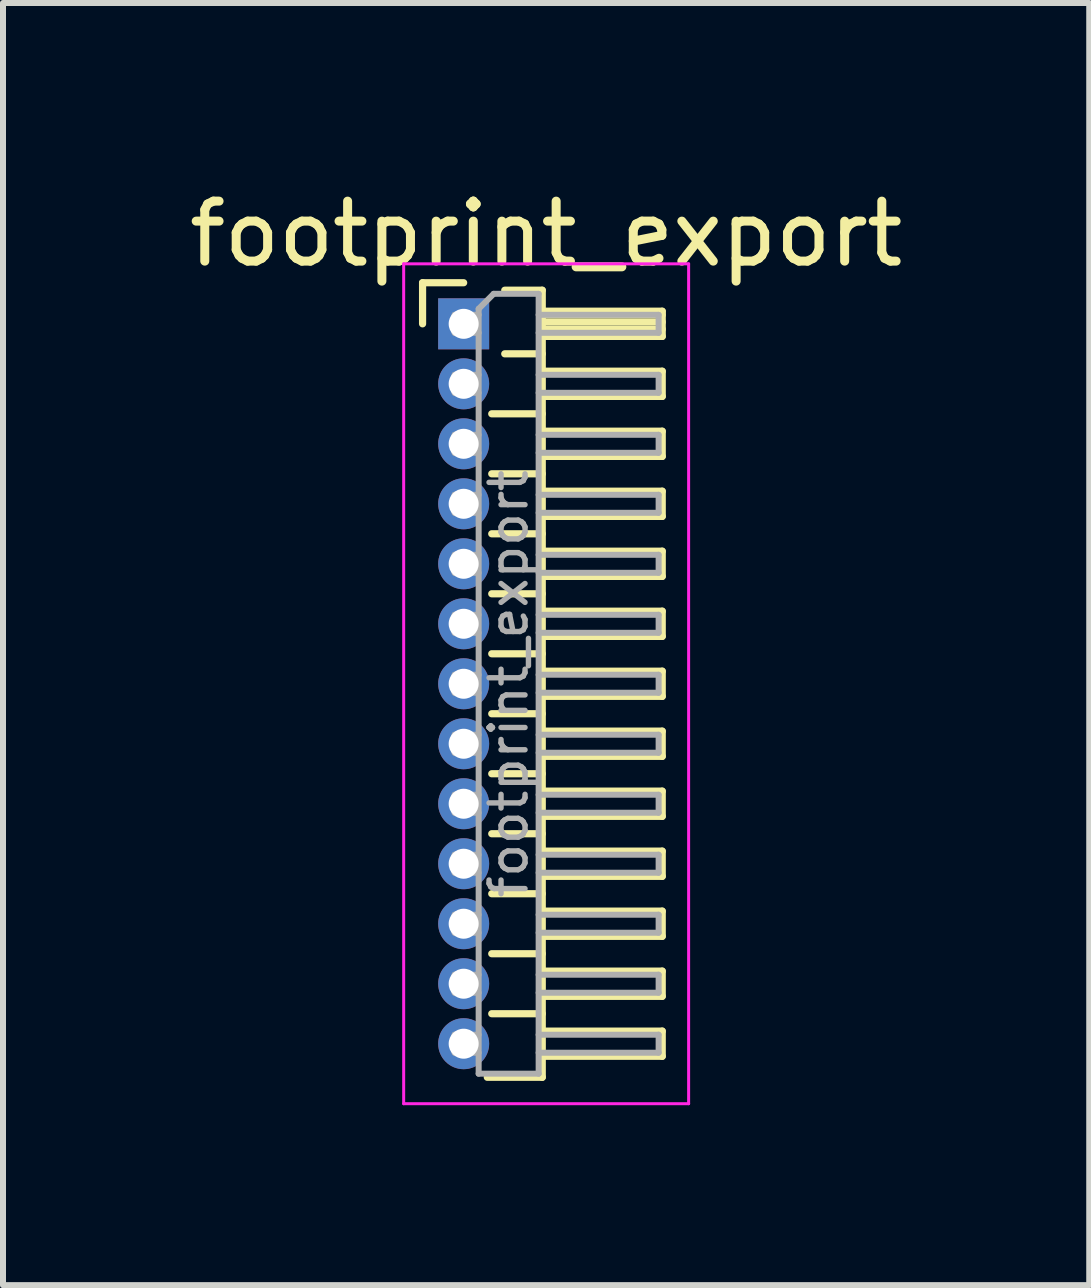
<source format=kicad_pcb>
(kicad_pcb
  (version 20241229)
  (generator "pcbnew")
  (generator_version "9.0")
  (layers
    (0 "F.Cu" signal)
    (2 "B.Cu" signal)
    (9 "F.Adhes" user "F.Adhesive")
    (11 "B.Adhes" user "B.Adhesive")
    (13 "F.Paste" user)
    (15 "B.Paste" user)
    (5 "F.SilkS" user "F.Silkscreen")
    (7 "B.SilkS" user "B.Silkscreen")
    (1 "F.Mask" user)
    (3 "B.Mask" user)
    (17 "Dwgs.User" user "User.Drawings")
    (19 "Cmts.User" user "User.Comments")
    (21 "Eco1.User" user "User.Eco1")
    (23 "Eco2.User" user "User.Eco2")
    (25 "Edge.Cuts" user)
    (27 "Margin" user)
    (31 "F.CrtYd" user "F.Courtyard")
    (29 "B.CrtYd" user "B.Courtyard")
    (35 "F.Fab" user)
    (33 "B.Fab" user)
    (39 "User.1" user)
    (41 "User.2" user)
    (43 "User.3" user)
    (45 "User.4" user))
  (footprint "footprint_export"
    (layer "F.Cu")
    (at 4.679 2.348)
    (property "Reference" "footprint_export" (at 1.375 -1.5 0) (layer "F.SilkS") (effects (font (size 1 1) (thickness 0.15))))
    (attr through_hole)
    (fp_line (start -0.685 -0.685) (end 0 -0.685) (stroke (width 0.12) (type solid)) (layer "F.SilkS"))
    (fp_line (start -0.685 0) (end -0.685 -0.685) (stroke (width 0.12) (type solid)) (layer "F.SilkS"))
    (fp_line (start 0.468 1.5) (end 1.31 1.5) (stroke (width 0.12) (type solid)) (layer "F.SilkS"))
    (fp_line (start 0.468 2.5) (end 1.31 2.5) (stroke (width 0.12) (type solid)) (layer "F.SilkS"))
    (fp_line (start 0.468 3.5) (end 1.31 3.5) (stroke (width 0.12) (type solid)) (layer "F.SilkS"))
    (fp_line (start 0.468 4.5) (end 1.31 4.5) (stroke (width 0.12) (type solid)) (layer "F.SilkS"))
    (fp_line (start 0.468 5.5) (end 1.31 5.5) (stroke (width 0.12) (type solid)) (layer "F.SilkS"))
    (fp_line (start 0.468 6.5) (end 1.31 6.5) (stroke (width 0.12) (type solid)) (layer "F.SilkS"))
    (fp_line (start 0.468 7.5) (end 1.31 7.5) (stroke (width 0.12) (type solid)) (layer "F.SilkS"))
    (fp_line (start 0.468 8.5) (end 1.31 8.5) (stroke (width 0.12) (type solid)) (layer "F.SilkS"))
    (fp_line (start 0.468 9.5) (end 1.31 9.5) (stroke (width 0.12) (type solid)) (layer "F.SilkS"))
    (fp_line (start 0.468 10.5) (end 1.31 10.5) (stroke (width 0.12) (type solid)) (layer "F.SilkS"))
    (fp_line (start 0.468 11.5) (end 1.31 11.5) (stroke (width 0.12) (type solid)) (layer "F.SilkS"))
    (fp_line (start 0.685 -0.56) (end 1.31 -0.56) (stroke (width 0.12) (type solid)) (layer "F.SilkS"))
    (fp_line (start 0.685 0.5) (end 1.31 0.5) (stroke (width 0.12) (type solid)) (layer "F.SilkS"))
    (fp_line (start 1.31 -0.56) (end 1.31 12.56) (stroke (width 0.12) (type solid)) (layer "F.SilkS"))
    (fp_line (start 1.31 -0.21) (end 3.31 -0.21) (stroke (width 0.12) (type solid)) (layer "F.SilkS"))
    (fp_line (start 1.31 -0.15) (end 3.31 -0.15) (stroke (width 0.12) (type solid)) (layer "F.SilkS"))
    (fp_line (start 1.31 -0.03) (end 3.31 -0.03) (stroke (width 0.12) (type solid)) (layer "F.SilkS"))
    (fp_line (start 1.31 0.09) (end 3.31 0.09) (stroke (width 0.12) (type solid)) (layer "F.SilkS"))
    (fp_line (start 1.31 0.79) (end 3.31 0.79) (stroke (width 0.12) (type solid)) (layer "F.SilkS"))
    (fp_line (start 1.31 1.79) (end 3.31 1.79) (stroke (width 0.12) (type solid)) (layer "F.SilkS"))
    (fp_line (start 1.31 2.79) (end 3.31 2.79) (stroke (width 0.12) (type solid)) (layer "F.SilkS"))
    (fp_line (start 1.31 3.79) (end 3.31 3.79) (stroke (width 0.12) (type solid)) (layer "F.SilkS"))
    (fp_line (start 1.31 4.79) (end 3.31 4.79) (stroke (width 0.12) (type solid)) (layer "F.SilkS"))
    (fp_line (start 1.31 5.79) (end 3.31 5.79) (stroke (width 0.12) (type solid)) (layer "F.SilkS"))
    (fp_line (start 1.31 6.79) (end 3.31 6.79) (stroke (width 0.12) (type solid)) (layer "F.SilkS"))
    (fp_line (start 1.31 7.79) (end 3.31 7.79) (stroke (width 0.12) (type solid)) (layer "F.SilkS"))
    (fp_line (start 1.31 8.79) (end 3.31 8.79) (stroke (width 0.12) (type solid)) (layer "F.SilkS"))
    (fp_line (start 1.31 9.79) (end 3.31 9.79) (stroke (width 0.12) (type solid)) (layer "F.SilkS"))
    (fp_line (start 1.31 10.79) (end 3.31 10.79) (stroke (width 0.12) (type solid)) (layer "F.SilkS"))
    (fp_line (start 1.31 11.79) (end 3.31 11.79) (stroke (width 0.12) (type solid)) (layer "F.SilkS"))
    (fp_line (start 1.31 12.56) (end 0.394 12.56) (stroke (width 0.12) (type solid)) (layer "F.SilkS"))
    (fp_line (start 3.31 -0.21) (end 3.31 0.21) (stroke (width 0.12) (type solid)) (layer "F.SilkS"))
    (fp_line (start 3.31 0.21) (end 1.31 0.21) (stroke (width 0.12) (type solid)) (layer "F.SilkS"))
    (fp_line (start 3.31 0.79) (end 3.31 1.21) (stroke (width 0.12) (type solid)) (layer "F.SilkS"))
    (fp_line (start 3.31 1.21) (end 1.31 1.21) (stroke (width 0.12) (type solid)) (layer "F.SilkS"))
    (fp_line (start 3.31 1.79) (end 3.31 2.21) (stroke (width 0.12) (type solid)) (layer "F.SilkS"))
    (fp_line (start 3.31 2.21) (end 1.31 2.21) (stroke (width 0.12) (type solid)) (layer "F.SilkS"))
    (fp_line (start 3.31 2.79) (end 3.31 3.21) (stroke (width 0.12) (type solid)) (layer "F.SilkS"))
    (fp_line (start 3.31 3.21) (end 1.31 3.21) (stroke (width 0.12) (type solid)) (layer "F.SilkS"))
    (fp_line (start 3.31 3.79) (end 3.31 4.21) (stroke (width 0.12) (type solid)) (layer "F.SilkS"))
    (fp_line (start 3.31 4.21) (end 1.31 4.21) (stroke (width 0.12) (type solid)) (layer "F.SilkS"))
    (fp_line (start 3.31 4.79) (end 3.31 5.21) (stroke (width 0.12) (type solid)) (layer "F.SilkS"))
    (fp_line (start 3.31 5.21) (end 1.31 5.21) (stroke (width 0.12) (type solid)) (layer "F.SilkS"))
    (fp_line (start 3.31 5.79) (end 3.31 6.21) (stroke (width 0.12) (type solid)) (layer "F.SilkS"))
    (fp_line (start 3.31 6.21) (end 1.31 6.21) (stroke (width 0.12) (type solid)) (layer "F.SilkS"))
    (fp_line (start 3.31 6.79) (end 3.31 7.21) (stroke (width 0.12) (type solid)) (layer "F.SilkS"))
    (fp_line (start 3.31 7.21) (end 1.31 7.21) (stroke (width 0.12) (type solid)) (layer "F.SilkS"))
    (fp_line (start 3.31 7.79) (end 3.31 8.21) (stroke (width 0.12) (type solid)) (layer "F.SilkS"))
    (fp_line (start 3.31 8.21) (end 1.31 8.21) (stroke (width 0.12) (type solid)) (layer "F.SilkS"))
    (fp_line (start 3.31 8.79) (end 3.31 9.21) (stroke (width 0.12) (type solid)) (layer "F.SilkS"))
    (fp_line (start 3.31 9.21) (end 1.31 9.21) (stroke (width 0.12) (type solid)) (layer "F.SilkS"))
    (fp_line (start 3.31 9.79) (end 3.31 10.21) (stroke (width 0.12) (type solid)) (layer "F.SilkS"))
    (fp_line (start 3.31 10.21) (end 1.31 10.21) (stroke (width 0.12) (type solid)) (layer "F.SilkS"))
    (fp_line (start 3.31 10.79) (end 3.31 11.21) (stroke (width 0.12) (type solid)) (layer "F.SilkS"))
    (fp_line (start 3.31 11.21) (end 1.31 11.21) (stroke (width 0.12) (type solid)) (layer "F.SilkS"))
    (fp_line (start 3.31 11.79) (end 3.31 12.21) (stroke (width 0.12) (type solid)) (layer "F.SilkS"))
    (fp_line (start 3.31 12.21) (end 1.31 12.21) (stroke (width 0.12) (type solid)) (layer "F.SilkS"))
    (fp_line (start -1 -1) (end -1 13) (stroke (width 0.05) (type solid)) (layer "F.CrtYd"))
    (fp_line (start -1 13) (end 3.75 13) (stroke (width 0.05) (type solid)) (layer "F.CrtYd"))
    (fp_line (start 3.75 -1) (end -1 -1) (stroke (width 0.05) (type solid)) (layer "F.CrtYd"))
    (fp_line (start 3.75 13) (end 3.75 -1) (stroke (width 0.05) (type solid)) (layer "F.CrtYd"))
    (fp_line (start -0.15 -0.15) (end -0.15 0.15) (stroke (width 0.1) (type solid)) (layer "F.Fab"))
    (fp_line (start -0.15 -0.15) (end 0.25 -0.15) (stroke (width 0.1) (type solid)) (layer "F.Fab"))
    (fp_line (start -0.15 0.15) (end 0.25 0.15) (stroke (width 0.1) (type solid)) (layer "F.Fab"))
    (fp_line (start -0.15 0.85) (end -0.15 1.15) (stroke (width 0.1) (type solid)) (layer "F.Fab"))
    (fp_line (start -0.15 0.85) (end 0.25 0.85) (stroke (width 0.1) (type solid)) (layer "F.Fab"))
    (fp_line (start -0.15 1.15) (end 0.25 1.15) (stroke (width 0.1) (type solid)) (layer "F.Fab"))
    (fp_line (start -0.15 1.85) (end -0.15 2.15) (stroke (width 0.1) (type solid)) (layer "F.Fab"))
    (fp_line (start -0.15 1.85) (end 0.25 1.85) (stroke (width 0.1) (type solid)) (layer "F.Fab"))
    (fp_line (start -0.15 2.15) (end 0.25 2.15) (stroke (width 0.1) (type solid)) (layer "F.Fab"))
    (fp_line (start -0.15 2.85) (end -0.15 3.15) (stroke (width 0.1) (type solid)) (layer "F.Fab"))
    (fp_line (start -0.15 2.85) (end 0.25 2.85) (stroke (width 0.1) (type solid)) (layer "F.Fab"))
    (fp_line (start -0.15 3.15) (end 0.25 3.15) (stroke (width 0.1) (type solid)) (layer "F.Fab"))
    (fp_line (start -0.15 3.85) (end -0.15 4.15) (stroke (width 0.1) (type solid)) (layer "F.Fab"))
    (fp_line (start -0.15 3.85) (end 0.25 3.85) (stroke (width 0.1) (type solid)) (layer "F.Fab"))
    (fp_line (start -0.15 4.15) (end 0.25 4.15) (stroke (width 0.1) (type solid)) (layer "F.Fab"))
    (fp_line (start -0.15 4.85) (end -0.15 5.15) (stroke (width 0.1) (type solid)) (layer "F.Fab"))
    (fp_line (start -0.15 4.85) (end 0.25 4.85) (stroke (width 0.1) (type solid)) (layer "F.Fab"))
    (fp_line (start -0.15 5.15) (end 0.25 5.15) (stroke (width 0.1) (type solid)) (layer "F.Fab"))
    (fp_line (start -0.15 5.85) (end -0.15 6.15) (stroke (width 0.1) (type solid)) (layer "F.Fab"))
    (fp_line (start -0.15 5.85) (end 0.25 5.85) (stroke (width 0.1) (type solid)) (layer "F.Fab"))
    (fp_line (start -0.15 6.15) (end 0.25 6.15) (stroke (width 0.1) (type solid)) (layer "F.Fab"))
    (fp_line (start -0.15 6.85) (end -0.15 7.15) (stroke (width 0.1) (type solid)) (layer "F.Fab"))
    (fp_line (start -0.15 6.85) (end 0.25 6.85) (stroke (width 0.1) (type solid)) (layer "F.Fab"))
    (fp_line (start -0.15 7.15) (end 0.25 7.15) (stroke (width 0.1) (type solid)) (layer "F.Fab"))
    (fp_line (start -0.15 7.85) (end -0.15 8.15) (stroke (width 0.1) (type solid)) (layer "F.Fab"))
    (fp_line (start -0.15 7.85) (end 0.25 7.85) (stroke (width 0.1) (type solid)) (layer "F.Fab"))
    (fp_line (start -0.15 8.15) (end 0.25 8.15) (stroke (width 0.1) (type solid)) (layer "F.Fab"))
    (fp_line (start -0.15 8.85) (end -0.15 9.15) (stroke (width 0.1) (type solid)) (layer "F.Fab"))
    (fp_line (start -0.15 8.85) (end 0.25 8.85) (stroke (width 0.1) (type solid)) (layer "F.Fab"))
    (fp_line (start -0.15 9.15) (end 0.25 9.15) (stroke (width 0.1) (type solid)) (layer "F.Fab"))
    (fp_line (start -0.15 9.85) (end -0.15 10.15) (stroke (width 0.1) (type solid)) (layer "F.Fab"))
    (fp_line (start -0.15 9.85) (end 0.25 9.85) (stroke (width 0.1) (type solid)) (layer "F.Fab"))
    (fp_line (start -0.15 10.15) (end 0.25 10.15) (stroke (width 0.1) (type solid)) (layer "F.Fab"))
    (fp_line (start -0.15 10.85) (end -0.15 11.15) (stroke (width 0.1) (type solid)) (layer "F.Fab"))
    (fp_line (start -0.15 10.85) (end 0.25 10.85) (stroke (width 0.1) (type solid)) (layer "F.Fab"))
    (fp_line (start -0.15 11.15) (end 0.25 11.15) (stroke (width 0.1) (type solid)) (layer "F.Fab"))
    (fp_line (start -0.15 11.85) (end -0.15 12.15) (stroke (width 0.1) (type solid)) (layer "F.Fab"))
    (fp_line (start -0.15 11.85) (end 0.25 11.85) (stroke (width 0.1) (type solid)) (layer "F.Fab"))
    (fp_line (start -0.15 12.15) (end 0.25 12.15) (stroke (width 0.1) (type solid)) (layer "F.Fab"))
    (fp_line (start 0.25 -0.25) (end 0.5 -0.5) (stroke (width 0.1) (type solid)) (layer "F.Fab"))
    (fp_line (start 0.25 12.5) (end 0.25 -0.25) (stroke (width 0.1) (type solid)) (layer "F.Fab"))
    (fp_line (start 0.5 -0.5) (end 1.25 -0.5) (stroke (width 0.1) (type solid)) (layer "F.Fab"))
    (fp_line (start 1.25 -0.5) (end 1.25 12.5) (stroke (width 0.1) (type solid)) (layer "F.Fab"))
    (fp_line (start 1.25 -0.15) (end 3.25 -0.15) (stroke (width 0.1) (type solid)) (layer "F.Fab"))
    (fp_line (start 1.25 0.15) (end 3.25 0.15) (stroke (width 0.1) (type solid)) (layer "F.Fab"))
    (fp_line (start 1.25 0.85) (end 3.25 0.85) (stroke (width 0.1) (type solid)) (layer "F.Fab"))
    (fp_line (start 1.25 1.15) (end 3.25 1.15) (stroke (width 0.1) (type solid)) (layer "F.Fab"))
    (fp_line (start 1.25 1.85) (end 3.25 1.85) (stroke (width 0.1) (type solid)) (layer "F.Fab"))
    (fp_line (start 1.25 2.15) (end 3.25 2.15) (stroke (width 0.1) (type solid)) (layer "F.Fab"))
    (fp_line (start 1.25 2.85) (end 3.25 2.85) (stroke (width 0.1) (type solid)) (layer "F.Fab"))
    (fp_line (start 1.25 3.15) (end 3.25 3.15) (stroke (width 0.1) (type solid)) (layer "F.Fab"))
    (fp_line (start 1.25 3.85) (end 3.25 3.85) (stroke (width 0.1) (type solid)) (layer "F.Fab"))
    (fp_line (start 1.25 4.15) (end 3.25 4.15) (stroke (width 0.1) (type solid)) (layer "F.Fab"))
    (fp_line (start 1.25 4.85) (end 3.25 4.85) (stroke (width 0.1) (type solid)) (layer "F.Fab"))
    (fp_line (start 1.25 5.15) (end 3.25 5.15) (stroke (width 0.1) (type solid)) (layer "F.Fab"))
    (fp_line (start 1.25 5.85) (end 3.25 5.85) (stroke (width 0.1) (type solid)) (layer "F.Fab"))
    (fp_line (start 1.25 6.15) (end 3.25 6.15) (stroke (width 0.1) (type solid)) (layer "F.Fab"))
    (fp_line (start 1.25 6.85) (end 3.25 6.85) (stroke (width 0.1) (type solid)) (layer "F.Fab"))
    (fp_line (start 1.25 7.15) (end 3.25 7.15) (stroke (width 0.1) (type solid)) (layer "F.Fab"))
    (fp_line (start 1.25 7.85) (end 3.25 7.85) (stroke (width 0.1) (type solid)) (layer "F.Fab"))
    (fp_line (start 1.25 8.15) (end 3.25 8.15) (stroke (width 0.1) (type solid)) (layer "F.Fab"))
    (fp_line (start 1.25 8.85) (end 3.25 8.85) (stroke (width 0.1) (type solid)) (layer "F.Fab"))
    (fp_line (start 1.25 9.15) (end 3.25 9.15) (stroke (width 0.1) (type solid)) (layer "F.Fab"))
    (fp_line (start 1.25 9.85) (end 3.25 9.85) (stroke (width 0.1) (type solid)) (layer "F.Fab"))
    (fp_line (start 1.25 10.15) (end 3.25 10.15) (stroke (width 0.1) (type solid)) (layer "F.Fab"))
    (fp_line (start 1.25 10.85) (end 3.25 10.85) (stroke (width 0.1) (type solid)) (layer "F.Fab"))
    (fp_line (start 1.25 11.15) (end 3.25 11.15) (stroke (width 0.1) (type solid)) (layer "F.Fab"))
    (fp_line (start 1.25 11.85) (end 3.25 11.85) (stroke (width 0.1) (type solid)) (layer "F.Fab"))
    (fp_line (start 1.25 12.15) (end 3.25 12.15) (stroke (width 0.1) (type solid)) (layer "F.Fab"))
    (fp_line (start 1.25 12.5) (end 0.25 12.5) (stroke (width 0.1) (type solid)) (layer "F.Fab"))
    (fp_line (start 3.25 -0.15) (end 3.25 0.15) (stroke (width 0.1) (type solid)) (layer "F.Fab"))
    (fp_line (start 3.25 0.85) (end 3.25 1.15) (stroke (width 0.1) (type solid)) (layer "F.Fab"))
    (fp_line (start 3.25 1.85) (end 3.25 2.15) (stroke (width 0.1) (type solid)) (layer "F.Fab"))
    (fp_line (start 3.25 2.85) (end 3.25 3.15) (stroke (width 0.1) (type solid)) (layer "F.Fab"))
    (fp_line (start 3.25 3.85) (end 3.25 4.15) (stroke (width 0.1) (type solid)) (layer "F.Fab"))
    (fp_line (start 3.25 4.85) (end 3.25 5.15) (stroke (width 0.1) (type solid)) (layer "F.Fab"))
    (fp_line (start 3.25 5.85) (end 3.25 6.15) (stroke (width 0.1) (type solid)) (layer "F.Fab"))
    (fp_line (start 3.25 6.85) (end 3.25 7.15) (stroke (width 0.1) (type solid)) (layer "F.Fab"))
    (fp_line (start 3.25 7.85) (end 3.25 8.15) (stroke (width 0.1) (type solid)) (layer "F.Fab"))
    (fp_line (start 3.25 8.85) (end 3.25 9.15) (stroke (width 0.1) (type solid)) (layer "F.Fab"))
    (fp_line (start 3.25 9.85) (end 3.25 10.15) (stroke (width 0.1) (type solid)) (layer "F.Fab"))
    (fp_line (start 3.25 10.85) (end 3.25 11.15) (stroke (width 0.1) (type solid)) (layer "F.Fab"))
    (fp_line (start 3.25 11.85) (end 3.25 12.15) (stroke (width 0.1) (type solid)) (layer "F.Fab"))
    (fp_text user "${REFERENCE}" (at 0.75 6 90) (layer "F.Fab") (effects (font (size 0.6 0.6) (thickness 0.09))))
    (pad "1" thru_hole rect (at 0 0) (size 0.85 0.85) (drill 0.5) (layers "*.Cu" "*.Mask"))
    (pad "2" thru_hole oval (at 0 1) (size 0.85 0.85) (drill 0.5) (layers "*.Cu" "*.Mask"))
    (pad "3" thru_hole oval (at 0 2) (size 0.85 0.85) (drill 0.5) (layers "*.Cu" "*.Mask"))
    (pad "4" thru_hole oval (at 0 3) (size 0.85 0.85) (drill 0.5) (layers "*.Cu" "*.Mask"))
    (pad "5" thru_hole oval (at 0 4) (size 0.85 0.85) (drill 0.5) (layers "*.Cu" "*.Mask"))
    (pad "6" thru_hole oval (at 0 5) (size 0.85 0.85) (drill 0.5) (layers "*.Cu" "*.Mask"))
    (pad "7" thru_hole oval (at 0 6) (size 0.85 0.85) (drill 0.5) (layers "*.Cu" "*.Mask"))
    (pad "8" thru_hole oval (at 0 7) (size 0.85 0.85) (drill 0.5) (layers "*.Cu" "*.Mask"))
    (pad "9" thru_hole oval (at 0 8) (size 0.85 0.85) (drill 0.5) (layers "*.Cu" "*.Mask"))
    (pad "10" thru_hole oval (at 0 9) (size 0.85 0.85) (drill 0.5) (layers "*.Cu" "*.Mask"))
    (pad "11" thru_hole oval (at 0 10) (size 0.85 0.85) (drill 0.5) (layers "*.Cu" "*.Mask"))
    (pad "12" thru_hole oval (at 0 11) (size 0.85 0.85) (drill 0.5) (layers "*.Cu" "*.Mask"))
    (pad "13" thru_hole oval (at 0 12) (size 0.85 0.85) (drill 0.5) (layers "*.Cu" "*.Mask")))
  (gr_rect
    (start -3 -3)
    (end 15.107 18.373)
    (stroke (width 0.1) (type default))
    (fill no)
    (layer "Edge.Cuts")))
</source>
